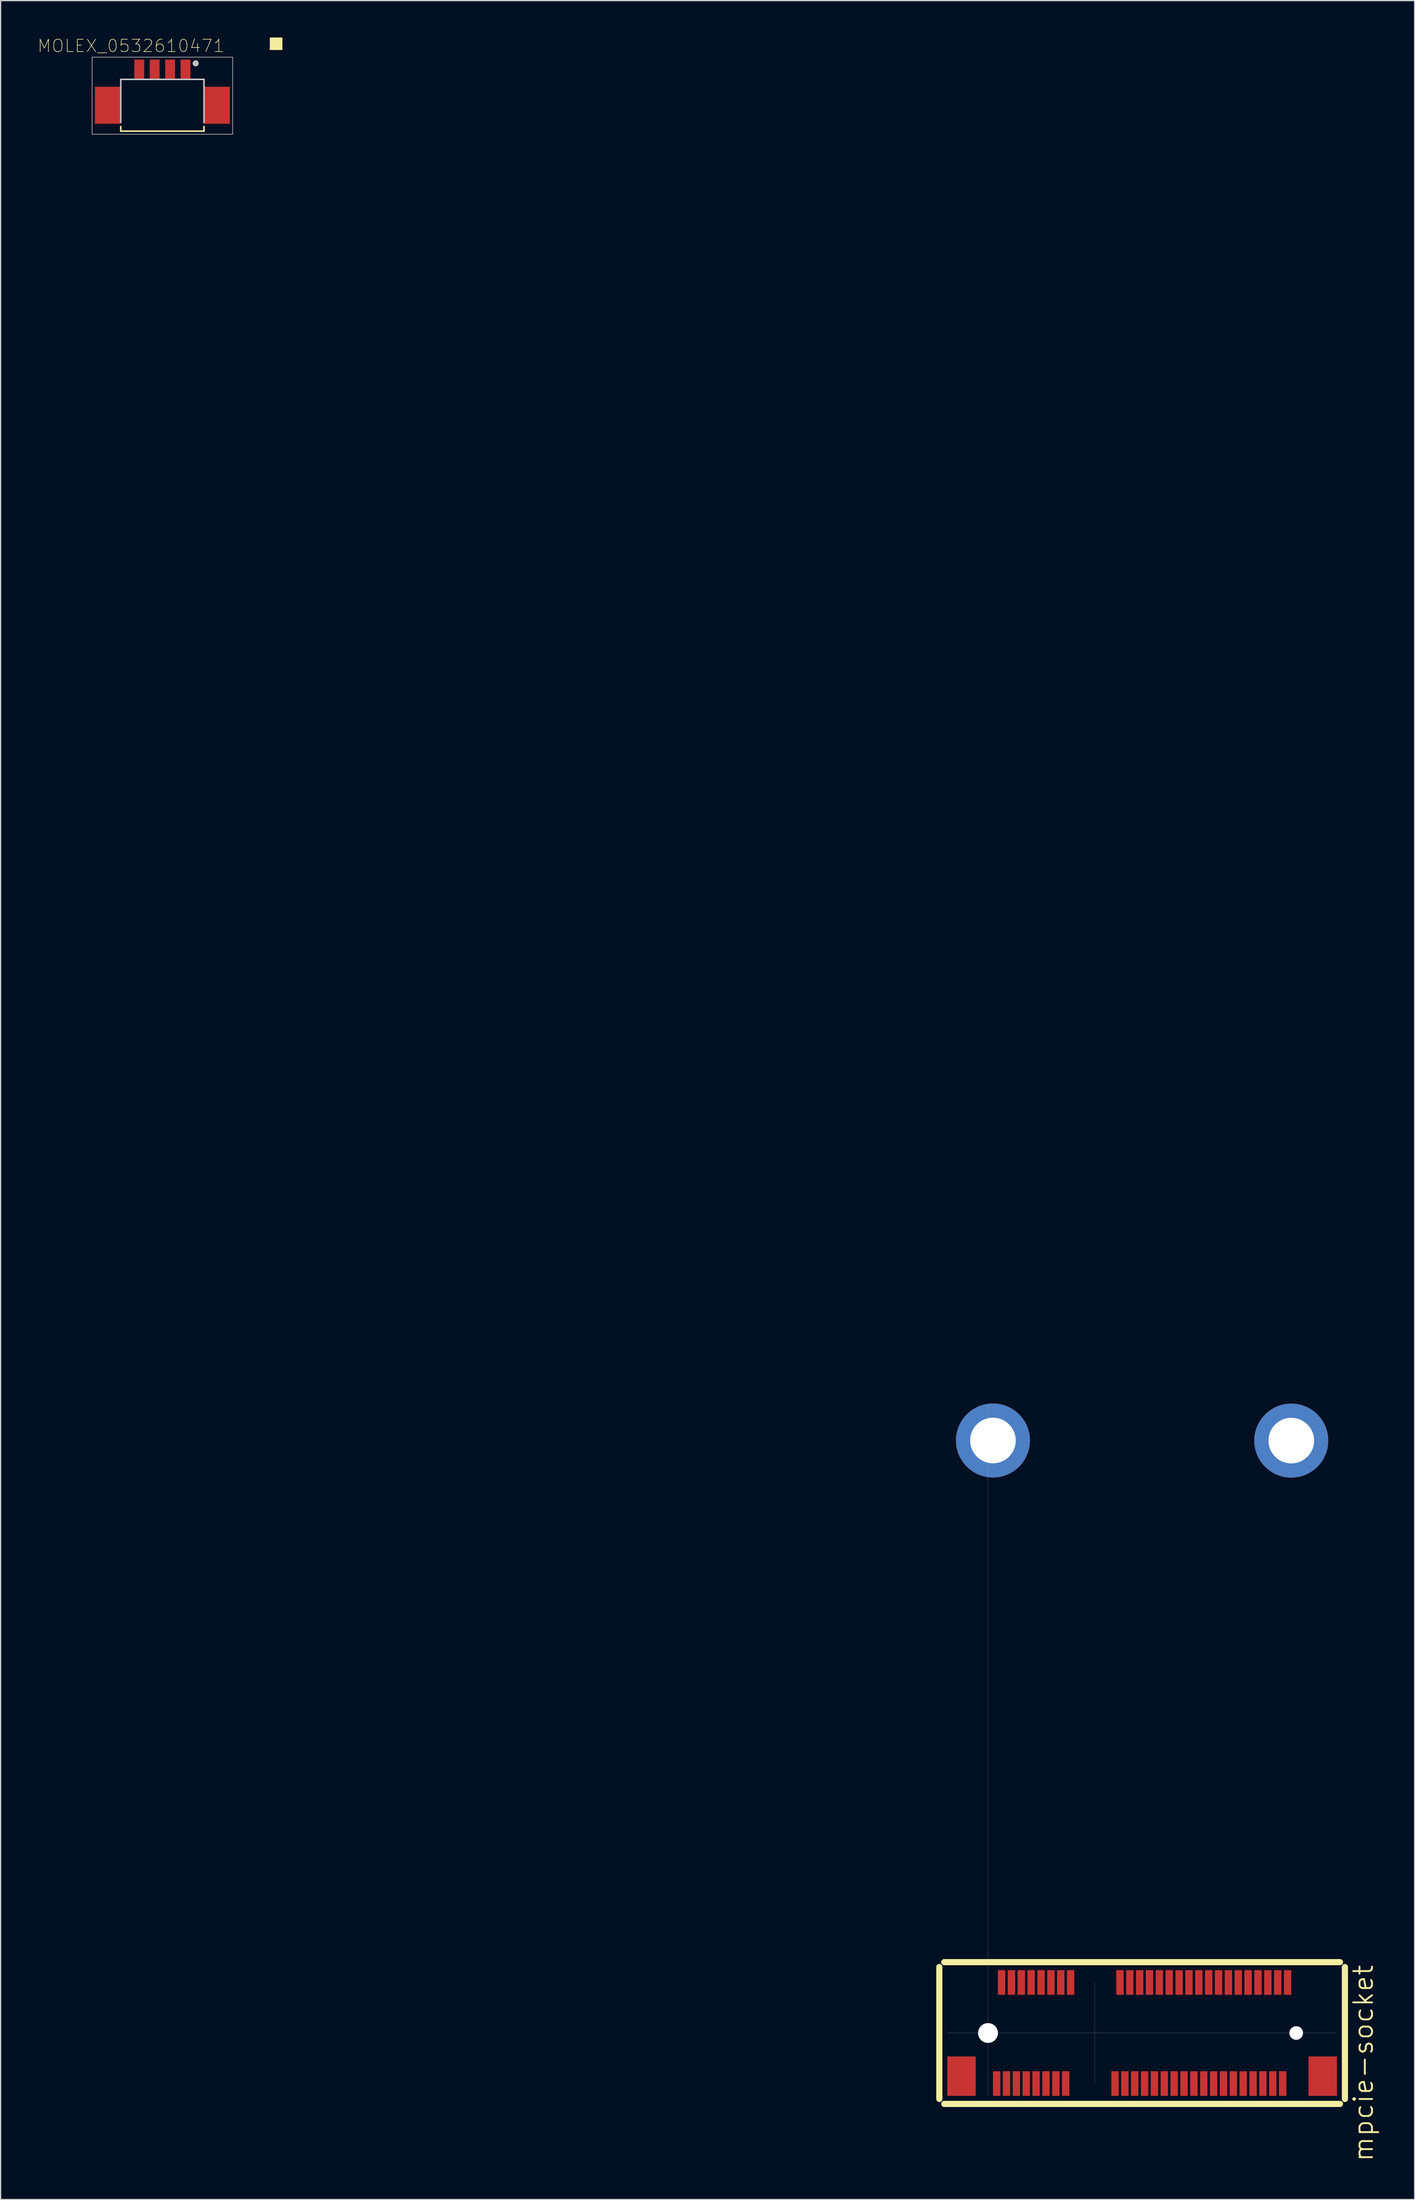
<source format=kicad_pcb>
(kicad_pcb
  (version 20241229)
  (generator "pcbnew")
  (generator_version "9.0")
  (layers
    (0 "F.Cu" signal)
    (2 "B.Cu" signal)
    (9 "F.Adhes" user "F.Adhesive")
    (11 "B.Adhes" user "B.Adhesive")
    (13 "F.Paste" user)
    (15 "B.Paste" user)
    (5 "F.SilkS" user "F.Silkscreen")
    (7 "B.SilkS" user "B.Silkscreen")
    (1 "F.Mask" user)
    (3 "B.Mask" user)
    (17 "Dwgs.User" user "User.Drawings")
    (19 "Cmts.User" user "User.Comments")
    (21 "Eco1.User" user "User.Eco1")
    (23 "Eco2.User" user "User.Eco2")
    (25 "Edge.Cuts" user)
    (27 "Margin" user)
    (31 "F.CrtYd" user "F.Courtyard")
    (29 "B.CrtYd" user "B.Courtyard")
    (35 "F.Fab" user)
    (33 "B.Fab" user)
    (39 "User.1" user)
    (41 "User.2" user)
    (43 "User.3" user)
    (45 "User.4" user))
  (footprint "mpcie-socket"
    (layer "F.Cu")
    (at 77.097 161.85)
    (property "Reference" "mpcie-socket" (at 30.45 2.45 90) (layer "F.SilkS") (effects (font (size 1.524 1.524) (thickness 0.15))))
    (attr through_hole)
    (fp_line (start -3.95 -5.35) (end -3.95 5.35) (stroke (width 0.5) (type solid)) (layer "F.SilkS"))
    (fp_line (start -3.55 5.75) (end 28.55 5.75) (stroke (width 0.5) (type solid)) (layer "F.SilkS"))
    (fp_line (start 28.55 -5.75) (end -3.55 -5.75) (stroke (width 0.5) (type solid)) (layer "F.SilkS"))
    (fp_line (start 28.95 5.35) (end 28.95 -5.35) (stroke (width 0.5) (type solid)) (layer "F.SilkS"))
    (fp_line (start -3.3 0) (end 28.225 0) (stroke (width 0.01) (type solid)) (layer "Dwgs.User"))
    (fp_line (start 0 -50.95) (end 0 5.1) (stroke (width 0.01) (type solid)) (layer "Dwgs.User"))
    (fp_line (start 8.65 4.1) (end 8.65 -4.1) (stroke (width 0.01) (type solid)) (layer "Dwgs.User"))
    (pad "" connect rect (at -57.75 -161.35) (size 1 1) (layers "F.SilkS"))
    (pad "" connect rect (at -57.75 -161.35) (size 1 1) (layers "F.SilkS"))
    (pad "" smd rect (at -2.15 3.5) (size 2.3 3.2) (layers "F.Cu" "F.Mask" "F.Paste"))
    (pad "" thru_hole circle (at 0 0) (size 1.6 1.6) (drill 1.6) (layers "*.Cu" "*.Mask"))
    (pad "" thru_hole circle (at 25 0) (size 1.1 1.1) (drill 1.1) (layers "*.Cu" "*.Mask"))
    (pad "" smd rect (at 27.15 3.5) (size 2.3 3.2) (layers "F.Cu" "F.Mask" "F.Paste"))
    (pad "1" smd rect (at 0.7 4.1) (size 0.6 2) (layers "F.Cu" "F.Mask" "F.Paste"))
    (pad "2" smd rect (at 1.1 -4.1) (size 0.6 2) (layers "F.Cu" "F.Mask" "F.Paste"))
    (pad "3" smd rect (at 1.5 4.1) (size 0.6 2) (layers "F.Cu" "F.Mask" "F.Paste"))
    (pad "4" smd rect (at 1.9 -4.1) (size 0.6 2) (layers "F.Cu" "F.Mask" "F.Paste"))
    (pad "5" smd rect (at 2.3 4.1) (size 0.6 2) (layers "F.Cu" "F.Mask" "F.Paste"))
    (pad "6" smd rect (at 2.7 -4.1) (size 0.6 2) (layers "F.Cu" "F.Mask" "F.Paste"))
    (pad "7" smd rect (at 3.1 4.1) (size 0.6 2) (layers "F.Cu" "F.Mask" "F.Paste"))
    (pad "8" smd rect (at 3.5 -4.1) (size 0.6 2) (layers "F.Cu" "F.Mask" "F.Paste"))
    (pad "9" smd rect (at 3.9 4.1) (size 0.6 2) (layers "F.Cu" "F.Mask" "F.Paste"))
    (pad "10" smd rect (at 4.3 -4.1) (size 0.6 2) (layers "F.Cu" "F.Mask" "F.Paste"))
    (pad "11" smd rect (at 4.7 4.1) (size 0.6 2) (layers "F.Cu" "F.Mask" "F.Paste"))
    (pad "12" smd rect (at 5.1 -4.1) (size 0.6 2) (layers "F.Cu" "F.Mask" "F.Paste"))
    (pad "13" smd rect (at 5.5 4.1) (size 0.6 2) (layers "F.Cu" "F.Mask" "F.Paste"))
    (pad "14" smd rect (at 5.9 -4.1) (size 0.6 2) (layers "F.Cu" "F.Mask" "F.Paste"))
    (pad "15" smd rect (at 6.3 4.1) (size 0.6 2) (layers "F.Cu" "F.Mask" "F.Paste"))
    (pad "16" smd rect (at 6.7 -4.1) (size 0.6 2) (layers "F.Cu" "F.Mask" "F.Paste"))
    (pad "17" smd rect (at 10.3 4.1) (size 0.6 2) (layers "F.Cu" "F.Mask" "F.Paste"))
    (pad "18" smd rect (at 10.7 -4.1) (size 0.6 2) (layers "F.Cu" "F.Mask" "F.Paste"))
    (pad "19" smd rect (at 11.1 4.1) (size 0.6 2) (layers "F.Cu" "F.Mask" "F.Paste"))
    (pad "20" smd rect (at 11.5 -4.1) (size 0.6 2) (layers "F.Cu" "F.Mask" "F.Paste"))
    (pad "21" smd rect (at 11.9 4.1) (size 0.6 2) (layers "F.Cu" "F.Mask" "F.Paste"))
    (pad "22" smd rect (at 12.3 -4.1) (size 0.6 2) (layers "F.Cu" "F.Mask" "F.Paste"))
    (pad "23" smd rect (at 12.7 4.1) (size 0.6 2) (layers "F.Cu" "F.Mask" "F.Paste"))
    (pad "24" smd rect (at 13.1 -4.1) (size 0.6 2) (layers "F.Cu" "F.Mask" "F.Paste"))
    (pad "25" smd rect (at 13.5 4.1) (size 0.6 2) (layers "F.Cu" "F.Mask" "F.Paste"))
    (pad "26" smd rect (at 13.9 -4.1) (size 0.6 2) (layers "F.Cu" "F.Mask" "F.Paste"))
    (pad "27" smd rect (at 14.3 4.1) (size 0.6 2) (layers "F.Cu" "F.Mask" "F.Paste"))
    (pad "28" smd rect (at 14.7 -4.1) (size 0.6 2) (layers "F.Cu" "F.Mask" "F.Paste"))
    (pad "29" smd rect (at 15.1 4.1) (size 0.6 2) (layers "F.Cu" "F.Mask" "F.Paste"))
    (pad "30" smd rect (at 15.5 -4.1) (size 0.6 2) (layers "F.Cu" "F.Mask" "F.Paste"))
    (pad "31" smd rect (at 15.9 4.1) (size 0.6 2) (layers "F.Cu" "F.Mask" "F.Paste"))
    (pad "32" smd rect (at 16.3 -4.1) (size 0.6 2) (layers "F.Cu" "F.Mask" "F.Paste"))
    (pad "33" smd rect (at 16.7 4.1) (size 0.6 2) (layers "F.Cu" "F.Mask" "F.Paste"))
    (pad "34" smd rect (at 17.1 -4.1) (size 0.6 2) (layers "F.Cu" "F.Mask" "F.Paste"))
    (pad "35" smd rect (at 17.5 4.1) (size 0.6 2) (layers "F.Cu" "F.Mask" "F.Paste"))
    (pad "36" smd rect (at 17.9 -4.1) (size 0.6 2) (layers "F.Cu" "F.Mask" "F.Paste"))
    (pad "37" smd rect (at 18.3 4.1) (size 0.6 2) (layers "F.Cu" "F.Mask" "F.Paste"))
    (pad "38" smd rect (at 18.7 -4.1) (size 0.6 2) (layers "F.Cu" "F.Mask" "F.Paste"))
    (pad "39" smd rect (at 19.1 4.1) (size 0.6 2) (layers "F.Cu" "F.Mask" "F.Paste"))
    (pad "40" smd rect (at 19.5 -4.1) (size 0.6 2) (layers "F.Cu" "F.Mask" "F.Paste"))
    (pad "41" smd rect (at 19.9 4.1) (size 0.6 2) (layers "F.Cu" "F.Mask" "F.Paste"))
    (pad "42" smd rect (at 20.3 -4.1) (size 0.6 2) (layers "F.Cu" "F.Mask" "F.Paste"))
    (pad "43" smd rect (at 20.7 4.1) (size 0.6 2) (layers "F.Cu" "F.Mask" "F.Paste"))
    (pad "44" smd rect (at 21.1 -4.1) (size 0.6 2) (layers "F.Cu" "F.Mask" "F.Paste"))
    (pad "45" smd rect (at 21.5 4.1) (size 0.6 2) (layers "F.Cu" "F.Mask" "F.Paste"))
    (pad "46" smd rect (at 21.9 -4.1) (size 0.6 2) (layers "F.Cu" "F.Mask" "F.Paste"))
    (pad "47" smd rect (at 22.3 4.1) (size 0.6 2) (layers "F.Cu" "F.Mask" "F.Paste"))
    (pad "48" smd rect (at 22.7 -4.1) (size 0.6 2) (layers "F.Cu" "F.Mask" "F.Paste"))
    (pad "49" smd rect (at 23.1 4.1) (size 0.6 2) (layers "F.Cu" "F.Mask" "F.Paste"))
    (pad "50" smd rect (at 23.5 -4.1) (size 0.6 2) (layers "F.Cu" "F.Mask" "F.Paste"))
    (pad "51" smd rect (at 23.9 4.1) (size 0.6 2) (layers "F.Cu" "F.Mask" "F.Paste"))
    (pad "52" smd rect (at 24.3 -4.1) (size 0.6 2) (layers "F.Cu" "F.Mask" "F.Paste"))
    (pad "53" thru_hole circle (at 0.4 -48.06) (size 6 6) (drill 3.7) (layers "*.Cu" "*.Mask"))
    (pad "54" thru_hole circle (at 24.6 -48.05) (size 6 6) (drill 3.7) (layers "*.Cu" "*.Mask")))
  (footprint "MOLEX_0532610471"
    (layer "F.Cu")
    (at 10.122 2.587)
    (property "Reference" "MOLEX_0532610471" (at -2.549 -1.912 0) (layer "F.SilkS") (effects (font (size 1.004 1.004) (thickness 0.05))))
    (attr smd)
    (fp_line (start -3.375 5) (end -3.375 4.625) (stroke (width 0.127) (type solid)) (layer "F.SilkS"))
    (fp_line (start -3.375 5) (end 3.375 5) (stroke (width 0.127) (type solid)) (layer "F.SilkS"))
    (fp_line (start 3.375 5) (end 3.375 4.625) (stroke (width 0.127) (type solid)) (layer "F.SilkS"))
    (fp_circle (center 2.7 -0.5) (end 2.82 -0.5) (stroke (width 0.24) (type solid)) (fill no) (layer "F.SilkS"))
    (fp_line (start -5.7 -1) (end 5.7 -1) (stroke (width 0.05) (type solid)) (layer "Dwgs.User"))
    (fp_line (start -5.7 5.25) (end -5.7 -1) (stroke (width 0.05) (type solid)) (layer "Dwgs.User"))
    (fp_line (start -3.375 0.8) (end 3.375 0.8) (stroke (width 0.127) (type solid)) (layer "Dwgs.User"))
    (fp_line (start -3.375 4.3) (end -3.375 0.8) (stroke (width 0.127) (type solid)) (layer "Dwgs.User"))
    (fp_line (start 3.375 0.8) (end 3.375 4.3) (stroke (width 0.127) (type solid)) (layer "Dwgs.User"))
    (fp_line (start 5.7 -1) (end 5.7 5.25) (stroke (width 0.05) (type solid)) (layer "Dwgs.User"))
    (fp_line (start 5.7 5.25) (end -5.7 5.25) (stroke (width 0.05) (type solid)) (layer "Dwgs.User"))
    (fp_circle (center 2.7 -0.5) (end 2.82 -0.5) (stroke (width 0.24) (type solid)) (fill no) (layer "Dwgs.User"))
    (pad "1" smd rect (at 1.875 0) (size 0.8 1.6) (layers "F.Cu" "F.Mask" "F.Paste"))
    (pad "2" smd rect (at 0.625 0) (size 0.8 1.6) (layers "F.Cu" "F.Mask" "F.Paste"))
    (pad "3" smd rect (at -0.625 0) (size 0.8 1.6) (layers "F.Cu" "F.Mask" "F.Paste"))
    (pad "4" smd rect (at -1.875 0) (size 0.8 1.6) (layers "F.Cu" "F.Mask" "F.Paste"))
    (pad "5" smd rect (at -4.425 2.9) (size 2.1 3) (layers "F.Cu" "F.Mask" "F.Paste"))
    (pad "6" smd rect (at 4.425 2.9) (size 2.1 3) (layers "F.Cu" "F.Mask" "F.Paste")))
  (gr_rect
    (start -3 -3)
    (end 111.702 175.355)
    (stroke (width 0.1) (type default))
    (fill no)
    (layer "Edge.Cuts")))
</source>
